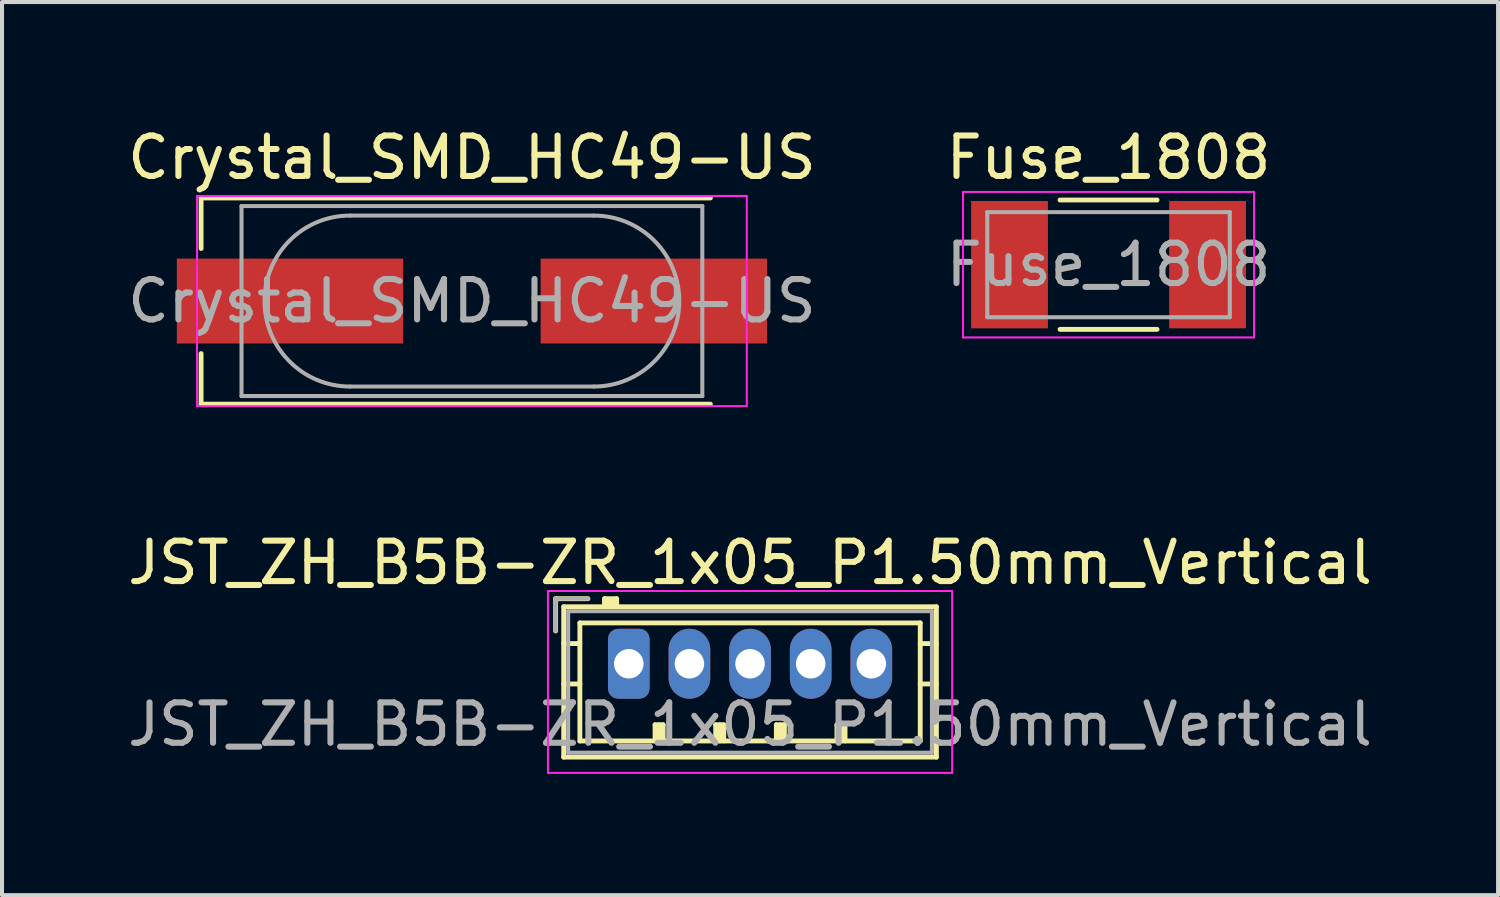
<source format=kicad_pcb>
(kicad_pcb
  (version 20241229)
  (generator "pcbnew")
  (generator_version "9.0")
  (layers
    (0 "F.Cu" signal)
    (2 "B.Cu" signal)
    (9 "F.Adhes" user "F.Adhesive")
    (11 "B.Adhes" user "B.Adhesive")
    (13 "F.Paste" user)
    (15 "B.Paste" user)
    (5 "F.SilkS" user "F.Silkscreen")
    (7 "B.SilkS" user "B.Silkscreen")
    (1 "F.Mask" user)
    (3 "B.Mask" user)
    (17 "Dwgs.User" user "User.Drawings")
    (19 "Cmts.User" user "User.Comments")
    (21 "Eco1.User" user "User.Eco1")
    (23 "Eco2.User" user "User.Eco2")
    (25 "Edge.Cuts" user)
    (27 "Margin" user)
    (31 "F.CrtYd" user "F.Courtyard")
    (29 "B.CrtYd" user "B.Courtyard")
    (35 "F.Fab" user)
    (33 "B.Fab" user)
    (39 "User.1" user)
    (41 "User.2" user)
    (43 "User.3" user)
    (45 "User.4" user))
  (footprint "Crystal_SMD_HC49-US"
    (layer "F.Cu")
    (at 8.625 4.398)
    (property "Reference" "Crystal_SMD_HC49-US" (at 0 -3.55 0) (layer "F.SilkS") (effects (font (size 1 1) (thickness 0.15))))
    (attr smd)
    (fp_line (start -6.7 -2.55) (end -6.7 -1.3) (stroke (width 0.12) (type solid)) (layer "F.SilkS"))
    (fp_line (start -6.7 1.3) (end -6.7 2.55) (stroke (width 0.12) (type solid)) (layer "F.SilkS"))
    (fp_line (start -6.7 2.55) (end 5.9 2.55) (stroke (width 0.12) (type solid)) (layer "F.SilkS"))
    (fp_line (start 5.9 -2.55) (end -6.7 -2.55) (stroke (width 0.12) (type solid)) (layer "F.SilkS"))
    (fp_line (start -6.8 -2.6) (end -6.8 2.6) (stroke (width 0.05) (type solid)) (layer "F.CrtYd"))
    (fp_line (start -6.8 2.6) (end 6.8 2.6) (stroke (width 0.05) (type solid)) (layer "F.CrtYd"))
    (fp_line (start 6.8 -2.6) (end -6.8 -2.6) (stroke (width 0.05) (type solid)) (layer "F.CrtYd"))
    (fp_line (start 6.8 2.6) (end 6.8 -2.6) (stroke (width 0.05) (type solid)) (layer "F.CrtYd"))
    (fp_line (start -5.7 -2.35) (end -5.7 2.35) (stroke (width 0.1) (type solid)) (layer "F.Fab"))
    (fp_line (start -5.7 2.35) (end 5.7 2.35) (stroke (width 0.1) (type solid)) (layer "F.Fab"))
    (fp_line (start -3.015 -2.115) (end 3.015 -2.115) (stroke (width 0.1) (type solid)) (layer "F.Fab"))
    (fp_line (start -3.015 2.115) (end 3.015 2.115) (stroke (width 0.1) (type solid)) (layer "F.Fab"))
    (fp_line (start 5.7 -2.35) (end -5.7 -2.35) (stroke (width 0.1) (type solid)) (layer "F.Fab"))
    (fp_line (start 5.7 2.35) (end 5.7 -2.35) (stroke (width 0.1) (type solid)) (layer "F.Fab"))
    (fp_arc (start -3.015 2.115) (mid -5.13 0) (end -3.015 -2.115) (stroke (width 0.1) (type solid)) (layer "F.Fab"))
    (fp_arc (start 3.015 -2.115) (mid 5.13 0) (end 3.015 2.115) (stroke (width 0.1) (type solid)) (layer "F.Fab"))
    (fp_text user "${REFERENCE}" (at 0 0 0) (layer "F.Fab") (effects (font (size 1 1) (thickness 0.15))))
    (pad "1" smd rect (at -4.5 0) (size 5.6 2.1) (layers "F.Cu" "F.Mask" "F.Paste"))
    (pad "2" smd rect (at 4.5 0) (size 5.6 2.1) (layers "F.Cu" "F.Mask" "F.Paste")))
  (footprint "JST_ZH_B5B-ZR_1x05_P1.50mm_Vertical"
    (layer "F.Cu")
    (at 12.506 13.371)
    (property "Reference" "JST_ZH_B5B-ZR_1x05_P1.50mm_Vertical" (at 3 -2.5 0) (layer "F.SilkS") (effects (font (size 1 1) (thickness 0.15))))
    (attr through_hole)
    (fp_line (start -1.81 -1.61) (end -1.81 -0.81) (stroke (width 0.12) (type solid)) (layer "F.SilkS"))
    (fp_line (start -1.61 -1.41) (end -1.61 2.31) (stroke (width 0.12) (type solid)) (layer "F.SilkS"))
    (fp_line (start -1.61 -0.5) (end -1.21 -0.5) (stroke (width 0.12) (type solid)) (layer "F.SilkS"))
    (fp_line (start -1.61 0.5) (end -1.21 0.5) (stroke (width 0.12) (type solid)) (layer "F.SilkS"))
    (fp_line (start -1.61 2.31) (end 7.61 2.31) (stroke (width 0.12) (type solid)) (layer "F.SilkS"))
    (fp_line (start -1.21 -1.01) (end -1.21 1.91) (stroke (width 0.12) (type solid)) (layer "F.SilkS"))
    (fp_line (start -1.21 1.91) (end 7.21 1.91) (stroke (width 0.12) (type solid)) (layer "F.SilkS"))
    (fp_line (start -1.01 -1.61) (end -1.81 -1.61) (stroke (width 0.12) (type solid)) (layer "F.SilkS"))
    (fp_line (start -0.6 -1.61) (end -0.6 -1.41) (stroke (width 0.12) (type solid)) (layer "F.SilkS"))
    (fp_line (start -0.3 -1.61) (end -0.6 -1.61) (stroke (width 0.12) (type solid)) (layer "F.SilkS"))
    (fp_line (start -0.3 -1.51) (end -0.6 -1.51) (stroke (width 0.12) (type solid)) (layer "F.SilkS"))
    (fp_line (start -0.3 -1.41) (end -0.3 -1.61) (stroke (width 0.12) (type solid)) (layer "F.SilkS"))
    (fp_line (start 0.65 1.51) (end 0.85 1.51) (stroke (width 0.12) (type solid)) (layer "F.SilkS"))
    (fp_line (start 0.65 1.91) (end 0.65 1.51) (stroke (width 0.12) (type solid)) (layer "F.SilkS"))
    (fp_line (start 0.75 1.91) (end 0.75 1.51) (stroke (width 0.12) (type solid)) (layer "F.SilkS"))
    (fp_line (start 0.85 1.51) (end 0.85 1.91) (stroke (width 0.12) (type solid)) (layer "F.SilkS"))
    (fp_line (start 2.15 1.51) (end 2.35 1.51) (stroke (width 0.12) (type solid)) (layer "F.SilkS"))
    (fp_line (start 2.15 1.91) (end 2.15 1.51) (stroke (width 0.12) (type solid)) (layer "F.SilkS"))
    (fp_line (start 2.25 1.91) (end 2.25 1.51) (stroke (width 0.12) (type solid)) (layer "F.SilkS"))
    (fp_line (start 2.35 1.51) (end 2.35 1.91) (stroke (width 0.12) (type solid)) (layer "F.SilkS"))
    (fp_line (start 3.65 1.51) (end 3.85 1.51) (stroke (width 0.12) (type solid)) (layer "F.SilkS"))
    (fp_line (start 3.65 1.91) (end 3.65 1.51) (stroke (width 0.12) (type solid)) (layer "F.SilkS"))
    (fp_line (start 3.75 1.91) (end 3.75 1.51) (stroke (width 0.12) (type solid)) (layer "F.SilkS"))
    (fp_line (start 3.85 1.51) (end 3.85 1.91) (stroke (width 0.12) (type solid)) (layer "F.SilkS"))
    (fp_line (start 5.15 1.51) (end 5.35 1.51) (stroke (width 0.12) (type solid)) (layer "F.SilkS"))
    (fp_line (start 5.15 1.91) (end 5.15 1.51) (stroke (width 0.12) (type solid)) (layer "F.SilkS"))
    (fp_line (start 5.25 1.91) (end 5.25 1.51) (stroke (width 0.12) (type solid)) (layer "F.SilkS"))
    (fp_line (start 5.35 1.51) (end 5.35 1.91) (stroke (width 0.12) (type solid)) (layer "F.SilkS"))
    (fp_line (start 7.21 -1.01) (end -1.21 -1.01) (stroke (width 0.12) (type solid)) (layer "F.SilkS"))
    (fp_line (start 7.21 1.91) (end 7.21 -1.01) (stroke (width 0.12) (type solid)) (layer "F.SilkS"))
    (fp_line (start 7.61 -1.41) (end -1.61 -1.41) (stroke (width 0.12) (type solid)) (layer "F.SilkS"))
    (fp_line (start 7.61 -0.5) (end 7.21 -0.5) (stroke (width 0.12) (type solid)) (layer "F.SilkS"))
    (fp_line (start 7.61 0.5) (end 7.21 0.5) (stroke (width 0.12) (type solid)) (layer "F.SilkS"))
    (fp_line (start 7.61 2.31) (end 7.61 -1.41) (stroke (width 0.12) (type solid)) (layer "F.SilkS"))
    (fp_line (start -2 -1.8) (end -2 2.7) (stroke (width 0.05) (type solid)) (layer "F.CrtYd"))
    (fp_line (start -2 2.7) (end 8 2.7) (stroke (width 0.05) (type solid)) (layer "F.CrtYd"))
    (fp_line (start 8 -1.8) (end -2 -1.8) (stroke (width 0.05) (type solid)) (layer "F.CrtYd"))
    (fp_line (start 8 2.7) (end 8 -1.8) (stroke (width 0.05) (type solid)) (layer "F.CrtYd"))
    (fp_line (start -1.81 -1.61) (end -1.81 -0.81) (stroke (width 0.1) (type solid)) (layer "F.Fab"))
    (fp_line (start -1.5 -1.3) (end -1.5 2.2) (stroke (width 0.1) (type solid)) (layer "F.Fab"))
    (fp_line (start -1.5 2.2) (end 7.5 2.2) (stroke (width 0.1) (type solid)) (layer "F.Fab"))
    (fp_line (start -1.01 -1.61) (end -1.81 -1.61) (stroke (width 0.1) (type solid)) (layer "F.Fab"))
    (fp_line (start 7.5 -1.3) (end -1.5 -1.3) (stroke (width 0.1) (type solid)) (layer "F.Fab"))
    (fp_line (start 7.5 2.2) (end 7.5 -1.3) (stroke (width 0.1) (type solid)) (layer "F.Fab"))
    (fp_text user "${REFERENCE}" (at 3 1.5 0) (layer "F.Fab") (effects (font (size 1 1) (thickness 0.15))))
    (pad "1" thru_hole roundrect (at 0 0) (size 1.03 1.73) (drill 0.73) (layers "*.Cu" "*.Mask") (roundrect_rratio 0.243))
    (pad "2" thru_hole oval (at 1.5 0) (size 1.03 1.73) (drill 0.73) (layers "*.Cu" "*.Mask"))
    (pad "3" thru_hole oval (at 3 0) (size 1.03 1.73) (drill 0.73) (layers "*.Cu" "*.Mask"))
    (pad "4" thru_hole oval (at 4.5 0) (size 1.03 1.73) (drill 0.73) (layers "*.Cu" "*.Mask"))
    (pad "5" thru_hole oval (at 6 0) (size 1.03 1.73) (drill 0.73) (layers "*.Cu" "*.Mask")))
  (footprint "Fuse_1808"
    (layer "F.Cu")
    (at 24.375 3.498)
    (property "Reference" "Fuse_1808" (at 0 -2.65 0) (layer "F.SilkS") (effects (font (size 1 1) (thickness 0.15))))
    (attr smd)
    (fp_line (start -1.2 -1.6) (end 1.2 -1.6) (stroke (width 0.12) (type solid)) (layer "F.SilkS"))
    (fp_line (start -1.2 1.6) (end 1.2 1.6) (stroke (width 0.12) (type solid)) (layer "F.SilkS"))
    (fp_line (start -3.6 -1.8) (end 3.6 -1.8) (stroke (width 0.05) (type solid)) (layer "F.CrtYd"))
    (fp_line (start -3.6 1.8) (end -3.6 -1.8) (stroke (width 0.05) (type solid)) (layer "F.CrtYd"))
    (fp_line (start 3.6 -1.8) (end 3.6 1.8) (stroke (width 0.05) (type solid)) (layer "F.CrtYd"))
    (fp_line (start 3.6 1.8) (end -3.6 1.8) (stroke (width 0.05) (type solid)) (layer "F.CrtYd"))
    (fp_line (start -3 -1.3) (end 3 -1.3) (stroke (width 0.1) (type solid)) (layer "F.Fab"))
    (fp_line (start -3 1.3) (end -3 -1.3) (stroke (width 0.1) (type solid)) (layer "F.Fab"))
    (fp_line (start 3 -1.3) (end 3 1.3) (stroke (width 0.1) (type solid)) (layer "F.Fab"))
    (fp_line (start 3 1.3) (end -3 1.3) (stroke (width 0.1) (type solid)) (layer "F.Fab"))
    (fp_text user "${REFERENCE}" (at 0 0 0) (layer "F.Fab") (effects (font (size 1 1) (thickness 0.15))))
    (pad "1" smd rect (at 2.45 0) (size 1.9 3.15) (layers "F.Cu" "F.Mask" "F.Paste"))
    (pad "2" smd rect (at -2.45 0) (size 1.9 3.15) (layers "F.Cu" "F.Mask" "F.Paste")))
  (gr_rect
    (start -3 -3)
    (end 34.012 19.096)
    (stroke (width 0.1) (type default))
    (fill no)
    (layer "Edge.Cuts")))
</source>
